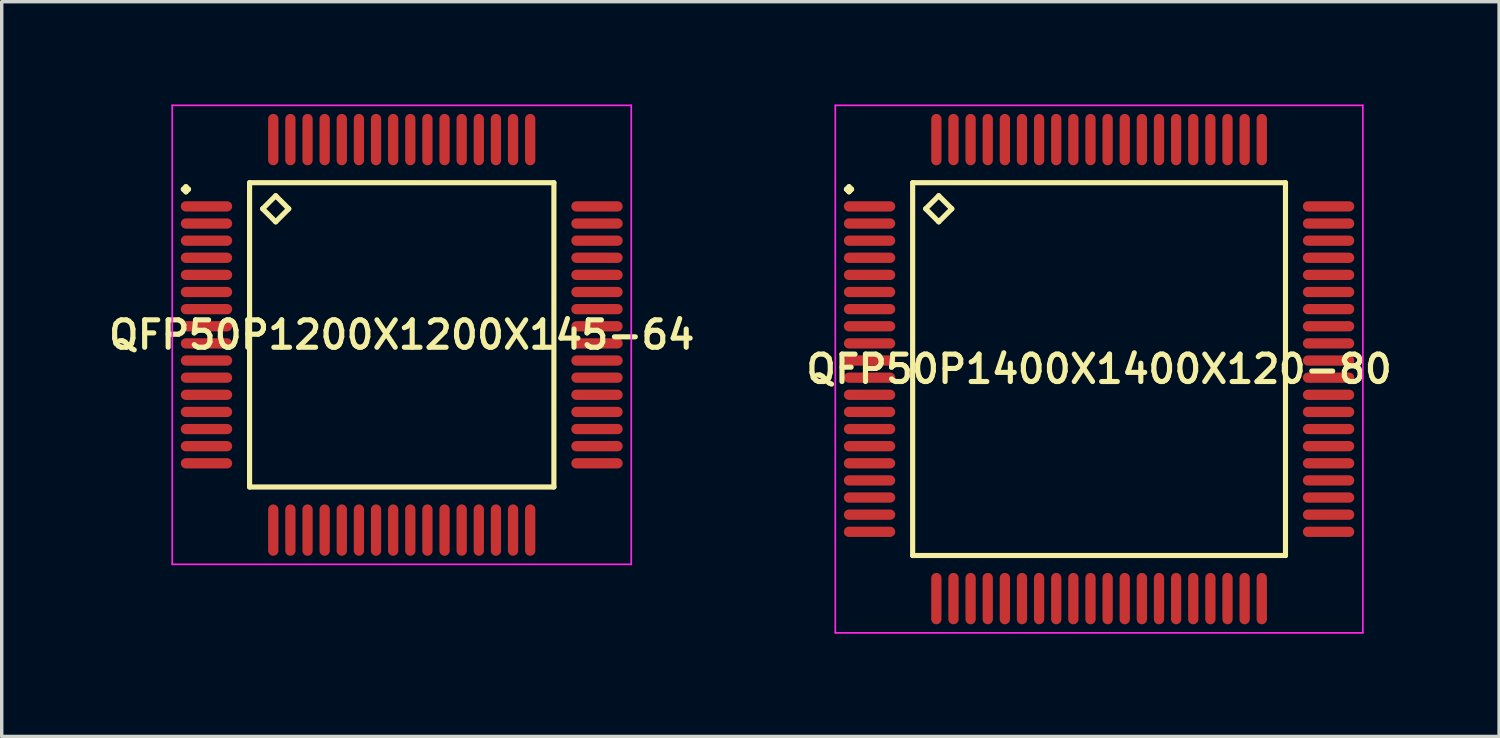
<source format=kicad_pcb>
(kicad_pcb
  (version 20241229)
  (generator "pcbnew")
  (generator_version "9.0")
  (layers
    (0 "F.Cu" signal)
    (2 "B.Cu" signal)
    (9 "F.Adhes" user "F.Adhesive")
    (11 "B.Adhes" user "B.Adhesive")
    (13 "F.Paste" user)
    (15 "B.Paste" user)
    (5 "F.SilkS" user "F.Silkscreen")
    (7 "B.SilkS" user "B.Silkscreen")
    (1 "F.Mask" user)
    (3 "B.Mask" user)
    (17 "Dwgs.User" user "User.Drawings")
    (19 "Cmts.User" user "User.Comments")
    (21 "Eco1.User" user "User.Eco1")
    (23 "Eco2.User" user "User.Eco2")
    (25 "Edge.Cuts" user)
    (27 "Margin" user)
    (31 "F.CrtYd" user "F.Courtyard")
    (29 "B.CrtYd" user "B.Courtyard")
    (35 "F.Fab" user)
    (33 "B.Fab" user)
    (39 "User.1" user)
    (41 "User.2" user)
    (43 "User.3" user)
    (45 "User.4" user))
  (footprint "QFP50P1200X1200X145-64"
    (layer "F.Cu")
    (at 8.678 6.725)
    (property "Reference" "QFP50P1200X1200X145-64" (at 0 0 0) (layer "F.SilkS") (effects (font (size 0.8 0.8) (thickness 0.15))))
    (attr smd)
    (fp_line (start -6.375 -4.25) (end -6.3 -4.325) (stroke (width 0.15) (type solid)) (layer "F.SilkS"))
    (fp_line (start -6.3 -4.325) (end -6.225 -4.25) (stroke (width 0.15) (type solid)) (layer "F.SilkS"))
    (fp_line (start -6.3 -4.175) (end -6.375 -4.25) (stroke (width 0.15) (type solid)) (layer "F.SilkS"))
    (fp_line (start -6.225 -4.25) (end -6.3 -4.175) (stroke (width 0.15) (type solid)) (layer "F.SilkS"))
    (fp_line (start -4.442 -4.442) (end -4.442 4.442) (stroke (width 0.15) (type solid)) (layer "F.SilkS"))
    (fp_line (start -4.442 4.442) (end 4.442 4.442) (stroke (width 0.15) (type solid)) (layer "F.SilkS"))
    (fp_line (start -4.061 -3.68) (end -3.68 -4.061) (stroke (width 0.15) (type solid)) (layer "F.SilkS"))
    (fp_line (start -3.68 -4.061) (end -3.299 -3.68) (stroke (width 0.15) (type solid)) (layer "F.SilkS"))
    (fp_line (start -3.68 -3.299) (end -4.061 -3.68) (stroke (width 0.15) (type solid)) (layer "F.SilkS"))
    (fp_line (start -3.299 -3.68) (end -3.68 -3.299) (stroke (width 0.15) (type solid)) (layer "F.SilkS"))
    (fp_line (start 4.442 -4.442) (end -4.442 -4.442) (stroke (width 0.15) (type solid)) (layer "F.SilkS"))
    (fp_line (start 4.442 4.442) (end 4.442 -4.442) (stroke (width 0.15) (type solid)) (layer "F.SilkS"))
    (fp_line (start -6.7 -6.7) (end 6.7 -6.7) (stroke (width 0.05) (type solid)) (layer "F.CrtYd"))
    (fp_line (start -6.7 6.7) (end -6.7 -6.7) (stroke (width 0.05) (type solid)) (layer "F.CrtYd"))
    (fp_line (start 6.7 -6.7) (end 6.7 6.7) (stroke (width 0.05) (type solid)) (layer "F.CrtYd"))
    (fp_line (start 6.7 6.7) (end -6.7 6.7) (stroke (width 0.05) (type solid)) (layer "F.CrtYd"))
    (pad "1" smd oval (at -5.7 -3.75) (size 1.5 0.3) (layers "F.Cu" "F.Mask" "F.Paste"))
    (pad "2" smd oval (at -5.7 -3.25) (size 1.5 0.3) (layers "F.Cu" "F.Mask" "F.Paste"))
    (pad "3" smd oval (at -5.7 -2.75) (size 1.5 0.3) (layers "F.Cu" "F.Mask" "F.Paste"))
    (pad "4" smd oval (at -5.7 -2.25) (size 1.5 0.3) (layers "F.Cu" "F.Mask" "F.Paste"))
    (pad "5" smd oval (at -5.7 -1.75) (size 1.5 0.3) (layers "F.Cu" "F.Mask" "F.Paste"))
    (pad "6" smd oval (at -5.7 -1.25) (size 1.5 0.3) (layers "F.Cu" "F.Mask" "F.Paste"))
    (pad "7" smd oval (at -5.7 -0.75) (size 1.5 0.3) (layers "F.Cu" "F.Mask" "F.Paste"))
    (pad "8" smd oval (at -5.7 -0.25) (size 1.5 0.3) (layers "F.Cu" "F.Mask" "F.Paste"))
    (pad "9" smd oval (at -5.7 0.25) (size 1.5 0.3) (layers "F.Cu" "F.Mask" "F.Paste"))
    (pad "10" smd oval (at -5.7 0.75) (size 1.5 0.3) (layers "F.Cu" "F.Mask" "F.Paste"))
    (pad "11" smd oval (at -5.7 1.25) (size 1.5 0.3) (layers "F.Cu" "F.Mask" "F.Paste"))
    (pad "12" smd oval (at -5.7 1.75) (size 1.5 0.3) (layers "F.Cu" "F.Mask" "F.Paste"))
    (pad "13" smd oval (at -5.7 2.25) (size 1.5 0.3) (layers "F.Cu" "F.Mask" "F.Paste"))
    (pad "14" smd oval (at -5.7 2.75) (size 1.5 0.3) (layers "F.Cu" "F.Mask" "F.Paste"))
    (pad "15" smd oval (at -5.7 3.25) (size 1.5 0.3) (layers "F.Cu" "F.Mask" "F.Paste"))
    (pad "16" smd oval (at -5.7 3.75) (size 1.5 0.3) (layers "F.Cu" "F.Mask" "F.Paste"))
    (pad "17" smd oval (at -3.75 5.7) (size 0.3 1.5) (layers "F.Cu" "F.Mask" "F.Paste"))
    (pad "18" smd oval (at -3.25 5.7) (size 0.3 1.5) (layers "F.Cu" "F.Mask" "F.Paste"))
    (pad "19" smd oval (at -2.75 5.7) (size 0.3 1.5) (layers "F.Cu" "F.Mask" "F.Paste"))
    (pad "20" smd oval (at -2.25 5.7) (size 0.3 1.5) (layers "F.Cu" "F.Mask" "F.Paste"))
    (pad "21" smd oval (at -1.75 5.7) (size 0.3 1.5) (layers "F.Cu" "F.Mask" "F.Paste"))
    (pad "22" smd oval (at -1.25 5.7) (size 0.3 1.5) (layers "F.Cu" "F.Mask" "F.Paste"))
    (pad "23" smd oval (at -0.75 5.7) (size 0.3 1.5) (layers "F.Cu" "F.Mask" "F.Paste"))
    (pad "24" smd oval (at -0.25 5.7) (size 0.3 1.5) (layers "F.Cu" "F.Mask" "F.Paste"))
    (pad "25" smd oval (at 0.25 5.7) (size 0.3 1.5) (layers "F.Cu" "F.Mask" "F.Paste"))
    (pad "26" smd oval (at 0.75 5.7) (size 0.3 1.5) (layers "F.Cu" "F.Mask" "F.Paste"))
    (pad "27" smd oval (at 1.25 5.7) (size 0.3 1.5) (layers "F.Cu" "F.Mask" "F.Paste"))
    (pad "28" smd oval (at 1.75 5.7) (size 0.3 1.5) (layers "F.Cu" "F.Mask" "F.Paste"))
    (pad "29" smd oval (at 2.25 5.7) (size 0.3 1.5) (layers "F.Cu" "F.Mask" "F.Paste"))
    (pad "30" smd oval (at 2.75 5.7) (size 0.3 1.5) (layers "F.Cu" "F.Mask" "F.Paste"))
    (pad "31" smd oval (at 3.25 5.7) (size 0.3 1.5) (layers "F.Cu" "F.Mask" "F.Paste"))
    (pad "32" smd oval (at 3.75 5.7) (size 0.3 1.5) (layers "F.Cu" "F.Mask" "F.Paste"))
    (pad "33" smd oval (at 5.7 3.75) (size 1.5 0.3) (layers "F.Cu" "F.Mask" "F.Paste"))
    (pad "34" smd oval (at 5.7 3.25) (size 1.5 0.3) (layers "F.Cu" "F.Mask" "F.Paste"))
    (pad "35" smd oval (at 5.7 2.75) (size 1.5 0.3) (layers "F.Cu" "F.Mask" "F.Paste"))
    (pad "36" smd oval (at 5.7 2.25) (size 1.5 0.3) (layers "F.Cu" "F.Mask" "F.Paste"))
    (pad "37" smd oval (at 5.7 1.75) (size 1.5 0.3) (layers "F.Cu" "F.Mask" "F.Paste"))
    (pad "38" smd oval (at 5.7 1.25) (size 1.5 0.3) (layers "F.Cu" "F.Mask" "F.Paste"))
    (pad "39" smd oval (at 5.7 0.75) (size 1.5 0.3) (layers "F.Cu" "F.Mask" "F.Paste"))
    (pad "40" smd oval (at 5.7 0.25) (size 1.5 0.3) (layers "F.Cu" "F.Mask" "F.Paste"))
    (pad "41" smd oval (at 5.7 -0.25) (size 1.5 0.3) (layers "F.Cu" "F.Mask" "F.Paste"))
    (pad "42" smd oval (at 5.7 -0.75) (size 1.5 0.3) (layers "F.Cu" "F.Mask" "F.Paste"))
    (pad "43" smd oval (at 5.7 -1.25) (size 1.5 0.3) (layers "F.Cu" "F.Mask" "F.Paste"))
    (pad "44" smd oval (at 5.7 -1.75) (size 1.5 0.3) (layers "F.Cu" "F.Mask" "F.Paste"))
    (pad "45" smd oval (at 5.7 -2.25) (size 1.5 0.3) (layers "F.Cu" "F.Mask" "F.Paste"))
    (pad "46" smd oval (at 5.7 -2.75) (size 1.5 0.3) (layers "F.Cu" "F.Mask" "F.Paste"))
    (pad "47" smd oval (at 5.7 -3.25) (size 1.5 0.3) (layers "F.Cu" "F.Mask" "F.Paste"))
    (pad "48" smd oval (at 5.7 -3.75) (size 1.5 0.3) (layers "F.Cu" "F.Mask" "F.Paste"))
    (pad "49" smd oval (at 3.75 -5.7) (size 0.3 1.5) (layers "F.Cu" "F.Mask" "F.Paste"))
    (pad "50" smd oval (at 3.25 -5.7) (size 0.3 1.5) (layers "F.Cu" "F.Mask" "F.Paste"))
    (pad "51" smd oval (at 2.75 -5.7) (size 0.3 1.5) (layers "F.Cu" "F.Mask" "F.Paste"))
    (pad "52" smd oval (at 2.25 -5.7) (size 0.3 1.5) (layers "F.Cu" "F.Mask" "F.Paste"))
    (pad "53" smd oval (at 1.75 -5.7) (size 0.3 1.5) (layers "F.Cu" "F.Mask" "F.Paste"))
    (pad "54" smd oval (at 1.25 -5.7) (size 0.3 1.5) (layers "F.Cu" "F.Mask" "F.Paste"))
    (pad "55" smd oval (at 0.75 -5.7) (size 0.3 1.5) (layers "F.Cu" "F.Mask" "F.Paste"))
    (pad "56" smd oval (at 0.25 -5.7) (size 0.3 1.5) (layers "F.Cu" "F.Mask" "F.Paste"))
    (pad "57" smd oval (at -0.25 -5.7) (size 0.3 1.5) (layers "F.Cu" "F.Mask" "F.Paste"))
    (pad "58" smd oval (at -0.75 -5.7) (size 0.3 1.5) (layers "F.Cu" "F.Mask" "F.Paste"))
    (pad "59" smd oval (at -1.25 -5.7) (size 0.3 1.5) (layers "F.Cu" "F.Mask" "F.Paste"))
    (pad "60" smd oval (at -1.75 -5.7) (size 0.3 1.5) (layers "F.Cu" "F.Mask" "F.Paste"))
    (pad "61" smd oval (at -2.25 -5.7) (size 0.3 1.5) (layers "F.Cu" "F.Mask" "F.Paste"))
    (pad "62" smd oval (at -2.75 -5.7) (size 0.3 1.5) (layers "F.Cu" "F.Mask" "F.Paste"))
    (pad "63" smd oval (at -3.25 -5.7) (size 0.3 1.5) (layers "F.Cu" "F.Mask" "F.Paste"))
    (pad "64" smd oval (at -3.75 -5.7) (size 0.3 1.5) (layers "F.Cu" "F.Mask" "F.Paste")))
  (footprint "QFP50P1400X1400X120-80"
    (layer "F.Cu")
    (at 29.035 7.725)
    (property "Reference" "QFP50P1400X1400X120-80" (at 0 0 0) (layer "F.SilkS") (effects (font (size 0.8 0.8) (thickness 0.15))))
    (attr smd)
    (fp_line (start -7.375 -5.25) (end -7.3 -5.325) (stroke (width 0.15) (type solid)) (layer "F.SilkS"))
    (fp_line (start -7.3 -5.325) (end -7.225 -5.25) (stroke (width 0.15) (type solid)) (layer "F.SilkS"))
    (fp_line (start -7.3 -5.175) (end -7.375 -5.25) (stroke (width 0.15) (type solid)) (layer "F.SilkS"))
    (fp_line (start -7.225 -5.25) (end -7.3 -5.175) (stroke (width 0.15) (type solid)) (layer "F.SilkS"))
    (fp_line (start -5.442 -5.442) (end -5.442 5.442) (stroke (width 0.15) (type solid)) (layer "F.SilkS"))
    (fp_line (start -5.442 5.442) (end 5.442 5.442) (stroke (width 0.15) (type solid)) (layer "F.SilkS"))
    (fp_line (start -5.061 -4.68) (end -4.68 -5.061) (stroke (width 0.15) (type solid)) (layer "F.SilkS"))
    (fp_line (start -4.68 -5.061) (end -4.299 -4.68) (stroke (width 0.15) (type solid)) (layer "F.SilkS"))
    (fp_line (start -4.68 -4.299) (end -5.061 -4.68) (stroke (width 0.15) (type solid)) (layer "F.SilkS"))
    (fp_line (start -4.299 -4.68) (end -4.68 -4.299) (stroke (width 0.15) (type solid)) (layer "F.SilkS"))
    (fp_line (start 5.442 -5.442) (end -5.442 -5.442) (stroke (width 0.15) (type solid)) (layer "F.SilkS"))
    (fp_line (start 5.442 5.442) (end 5.442 -5.442) (stroke (width 0.15) (type solid)) (layer "F.SilkS"))
    (fp_line (start -7.7 -7.7) (end 7.7 -7.7) (stroke (width 0.05) (type solid)) (layer "F.CrtYd"))
    (fp_line (start -7.7 7.7) (end -7.7 -7.7) (stroke (width 0.05) (type solid)) (layer "F.CrtYd"))
    (fp_line (start 7.7 -7.7) (end 7.7 7.7) (stroke (width 0.05) (type solid)) (layer "F.CrtYd"))
    (fp_line (start 7.7 7.7) (end -7.7 7.7) (stroke (width 0.05) (type solid)) (layer "F.CrtYd"))
    (pad "1" smd oval (at -6.7 -4.75) (size 1.5 0.3) (layers "F.Cu" "F.Mask" "F.Paste"))
    (pad "2" smd oval (at -6.7 -4.25) (size 1.5 0.3) (layers "F.Cu" "F.Mask" "F.Paste"))
    (pad "3" smd oval (at -6.7 -3.75) (size 1.5 0.3) (layers "F.Cu" "F.Mask" "F.Paste"))
    (pad "4" smd oval (at -6.7 -3.25) (size 1.5 0.3) (layers "F.Cu" "F.Mask" "F.Paste"))
    (pad "5" smd oval (at -6.7 -2.75) (size 1.5 0.3) (layers "F.Cu" "F.Mask" "F.Paste"))
    (pad "6" smd oval (at -6.7 -2.25) (size 1.5 0.3) (layers "F.Cu" "F.Mask" "F.Paste"))
    (pad "7" smd oval (at -6.7 -1.75) (size 1.5 0.3) (layers "F.Cu" "F.Mask" "F.Paste"))
    (pad "8" smd oval (at -6.7 -1.25) (size 1.5 0.3) (layers "F.Cu" "F.Mask" "F.Paste"))
    (pad "9" smd oval (at -6.7 -0.75) (size 1.5 0.3) (layers "F.Cu" "F.Mask" "F.Paste"))
    (pad "10" smd oval (at -6.7 -0.25) (size 1.5 0.3) (layers "F.Cu" "F.Mask" "F.Paste"))
    (pad "11" smd oval (at -6.7 0.25) (size 1.5 0.3) (layers "F.Cu" "F.Mask" "F.Paste"))
    (pad "12" smd oval (at -6.7 0.75) (size 1.5 0.3) (layers "F.Cu" "F.Mask" "F.Paste"))
    (pad "13" smd oval (at -6.7 1.25) (size 1.5 0.3) (layers "F.Cu" "F.Mask" "F.Paste"))
    (pad "14" smd oval (at -6.7 1.75) (size 1.5 0.3) (layers "F.Cu" "F.Mask" "F.Paste"))
    (pad "15" smd oval (at -6.7 2.25) (size 1.5 0.3) (layers "F.Cu" "F.Mask" "F.Paste"))
    (pad "16" smd oval (at -6.7 2.75) (size 1.5 0.3) (layers "F.Cu" "F.Mask" "F.Paste"))
    (pad "17" smd oval (at -6.7 3.25) (size 1.5 0.3) (layers "F.Cu" "F.Mask" "F.Paste"))
    (pad "18" smd oval (at -6.7 3.75) (size 1.5 0.3) (layers "F.Cu" "F.Mask" "F.Paste"))
    (pad "19" smd oval (at -6.7 4.25) (size 1.5 0.3) (layers "F.Cu" "F.Mask" "F.Paste"))
    (pad "20" smd oval (at -6.7 4.75) (size 1.5 0.3) (layers "F.Cu" "F.Mask" "F.Paste"))
    (pad "21" smd oval (at -4.75 6.7) (size 0.3 1.5) (layers "F.Cu" "F.Mask" "F.Paste"))
    (pad "22" smd oval (at -4.25 6.7) (size 0.3 1.5) (layers "F.Cu" "F.Mask" "F.Paste"))
    (pad "23" smd oval (at -3.75 6.7) (size 0.3 1.5) (layers "F.Cu" "F.Mask" "F.Paste"))
    (pad "24" smd oval (at -3.25 6.7) (size 0.3 1.5) (layers "F.Cu" "F.Mask" "F.Paste"))
    (pad "25" smd oval (at -2.75 6.7) (size 0.3 1.5) (layers "F.Cu" "F.Mask" "F.Paste"))
    (pad "26" smd oval (at -2.25 6.7) (size 0.3 1.5) (layers "F.Cu" "F.Mask" "F.Paste"))
    (pad "27" smd oval (at -1.75 6.7) (size 0.3 1.5) (layers "F.Cu" "F.Mask" "F.Paste"))
    (pad "28" smd oval (at -1.25 6.7) (size 0.3 1.5) (layers "F.Cu" "F.Mask" "F.Paste"))
    (pad "29" smd oval (at -0.75 6.7) (size 0.3 1.5) (layers "F.Cu" "F.Mask" "F.Paste"))
    (pad "30" smd oval (at -0.25 6.7) (size 0.3 1.5) (layers "F.Cu" "F.Mask" "F.Paste"))
    (pad "31" smd oval (at 0.25 6.7) (size 0.3 1.5) (layers "F.Cu" "F.Mask" "F.Paste"))
    (pad "32" smd oval (at 0.75 6.7) (size 0.3 1.5) (layers "F.Cu" "F.Mask" "F.Paste"))
    (pad "33" smd oval (at 1.25 6.7) (size 0.3 1.5) (layers "F.Cu" "F.Mask" "F.Paste"))
    (pad "34" smd oval (at 1.75 6.7) (size 0.3 1.5) (layers "F.Cu" "F.Mask" "F.Paste"))
    (pad "35" smd oval (at 2.25 6.7) (size 0.3 1.5) (layers "F.Cu" "F.Mask" "F.Paste"))
    (pad "36" smd oval (at 2.75 6.7) (size 0.3 1.5) (layers "F.Cu" "F.Mask" "F.Paste"))
    (pad "37" smd oval (at 3.25 6.7) (size 0.3 1.5) (layers "F.Cu" "F.Mask" "F.Paste"))
    (pad "38" smd oval (at 3.75 6.7) (size 0.3 1.5) (layers "F.Cu" "F.Mask" "F.Paste"))
    (pad "39" smd oval (at 4.25 6.7) (size 0.3 1.5) (layers "F.Cu" "F.Mask" "F.Paste"))
    (pad "40" smd oval (at 4.75 6.7) (size 0.3 1.5) (layers "F.Cu" "F.Mask" "F.Paste"))
    (pad "41" smd oval (at 6.7 4.75) (size 1.5 0.3) (layers "F.Cu" "F.Mask" "F.Paste"))
    (pad "42" smd oval (at 6.7 4.25) (size 1.5 0.3) (layers "F.Cu" "F.Mask" "F.Paste"))
    (pad "43" smd oval (at 6.7 3.75) (size 1.5 0.3) (layers "F.Cu" "F.Mask" "F.Paste"))
    (pad "44" smd oval (at 6.7 3.25) (size 1.5 0.3) (layers "F.Cu" "F.Mask" "F.Paste"))
    (pad "45" smd oval (at 6.7 2.75) (size 1.5 0.3) (layers "F.Cu" "F.Mask" "F.Paste"))
    (pad "46" smd oval (at 6.7 2.25) (size 1.5 0.3) (layers "F.Cu" "F.Mask" "F.Paste"))
    (pad "47" smd oval (at 6.7 1.75) (size 1.5 0.3) (layers "F.Cu" "F.Mask" "F.Paste"))
    (pad "48" smd oval (at 6.7 1.25) (size 1.5 0.3) (layers "F.Cu" "F.Mask" "F.Paste"))
    (pad "49" smd oval (at 6.7 0.75) (size 1.5 0.3) (layers "F.Cu" "F.Mask" "F.Paste"))
    (pad "50" smd oval (at 6.7 0.25) (size 1.5 0.3) (layers "F.Cu" "F.Mask" "F.Paste"))
    (pad "51" smd oval (at 6.7 -0.25) (size 1.5 0.3) (layers "F.Cu" "F.Mask" "F.Paste"))
    (pad "52" smd oval (at 6.7 -0.75) (size 1.5 0.3) (layers "F.Cu" "F.Mask" "F.Paste"))
    (pad "53" smd oval (at 6.7 -1.25) (size 1.5 0.3) (layers "F.Cu" "F.Mask" "F.Paste"))
    (pad "54" smd oval (at 6.7 -1.75) (size 1.5 0.3) (layers "F.Cu" "F.Mask" "F.Paste"))
    (pad "55" smd oval (at 6.7 -2.25) (size 1.5 0.3) (layers "F.Cu" "F.Mask" "F.Paste"))
    (pad "56" smd oval (at 6.7 -2.75) (size 1.5 0.3) (layers "F.Cu" "F.Mask" "F.Paste"))
    (pad "57" smd oval (at 6.7 -3.25) (size 1.5 0.3) (layers "F.Cu" "F.Mask" "F.Paste"))
    (pad "58" smd oval (at 6.7 -3.75) (size 1.5 0.3) (layers "F.Cu" "F.Mask" "F.Paste"))
    (pad "59" smd oval (at 6.7 -4.25) (size 1.5 0.3) (layers "F.Cu" "F.Mask" "F.Paste"))
    (pad "60" smd oval (at 6.7 -4.75) (size 1.5 0.3) (layers "F.Cu" "F.Mask" "F.Paste"))
    (pad "61" smd oval (at 4.75 -6.7) (size 0.3 1.5) (layers "F.Cu" "F.Mask" "F.Paste"))
    (pad "62" smd oval (at 4.25 -6.7) (size 0.3 1.5) (layers "F.Cu" "F.Mask" "F.Paste"))
    (pad "63" smd oval (at 3.75 -6.7) (size 0.3 1.5) (layers "F.Cu" "F.Mask" "F.Paste"))
    (pad "64" smd oval (at 3.25 -6.7) (size 0.3 1.5) (layers "F.Cu" "F.Mask" "F.Paste"))
    (pad "65" smd oval (at 2.75 -6.7) (size 0.3 1.5) (layers "F.Cu" "F.Mask" "F.Paste"))
    (pad "66" smd oval (at 2.25 -6.7) (size 0.3 1.5) (layers "F.Cu" "F.Mask" "F.Paste"))
    (pad "67" smd oval (at 1.75 -6.7) (size 0.3 1.5) (layers "F.Cu" "F.Mask" "F.Paste"))
    (pad "68" smd oval (at 1.25 -6.7) (size 0.3 1.5) (layers "F.Cu" "F.Mask" "F.Paste"))
    (pad "69" smd oval (at 0.75 -6.7) (size 0.3 1.5) (layers "F.Cu" "F.Mask" "F.Paste"))
    (pad "70" smd oval (at 0.25 -6.7) (size 0.3 1.5) (layers "F.Cu" "F.Mask" "F.Paste"))
    (pad "71" smd oval (at -0.25 -6.7) (size 0.3 1.5) (layers "F.Cu" "F.Mask" "F.Paste"))
    (pad "72" smd oval (at -0.75 -6.7) (size 0.3 1.5) (layers "F.Cu" "F.Mask" "F.Paste"))
    (pad "73" smd oval (at -1.25 -6.7) (size 0.3 1.5) (layers "F.Cu" "F.Mask" "F.Paste"))
    (pad "74" smd oval (at -1.75 -6.7) (size 0.3 1.5) (layers "F.Cu" "F.Mask" "F.Paste"))
    (pad "75" smd oval (at -2.25 -6.7) (size 0.3 1.5) (layers "F.Cu" "F.Mask" "F.Paste"))
    (pad "76" smd oval (at -2.75 -6.7) (size 0.3 1.5) (layers "F.Cu" "F.Mask" "F.Paste"))
    (pad "77" smd oval (at -3.25 -6.7) (size 0.3 1.5) (layers "F.Cu" "F.Mask" "F.Paste"))
    (pad "78" smd oval (at -3.75 -6.7) (size 0.3 1.5) (layers "F.Cu" "F.Mask" "F.Paste"))
    (pad "79" smd oval (at -4.25 -6.7) (size 0.3 1.5) (layers "F.Cu" "F.Mask" "F.Paste"))
    (pad "80" smd oval (at -4.75 -6.7) (size 0.3 1.5) (layers "F.Cu" "F.Mask" "F.Paste")))
  (gr_rect
    (start -3 -3)
    (end 40.713 18.45)
    (stroke (width 0.1) (type default))
    (fill no)
    (layer "Edge.Cuts")))
</source>
